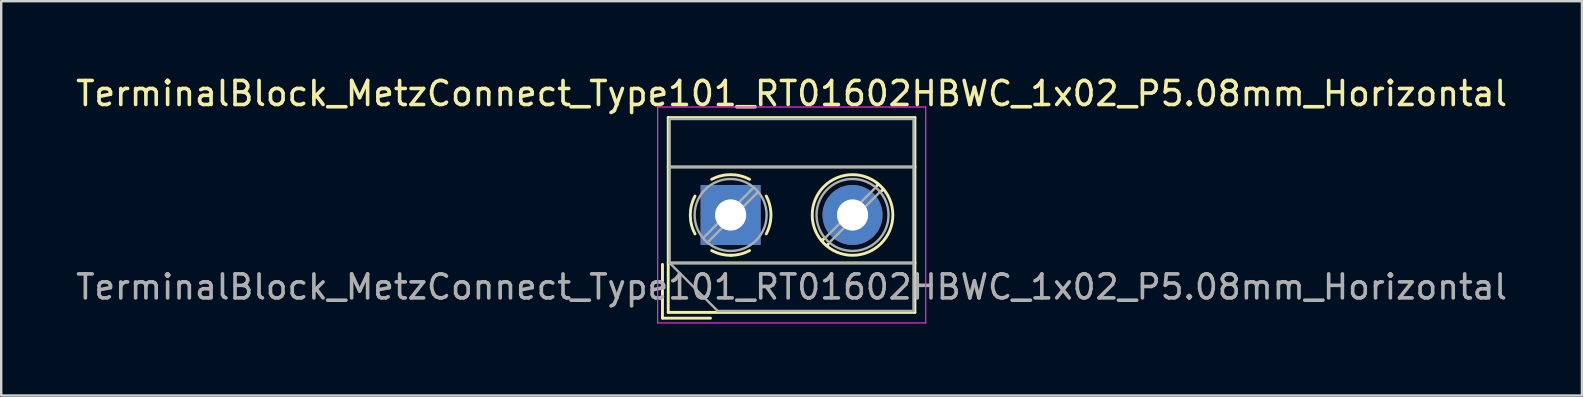
<source format=kicad_pcb>
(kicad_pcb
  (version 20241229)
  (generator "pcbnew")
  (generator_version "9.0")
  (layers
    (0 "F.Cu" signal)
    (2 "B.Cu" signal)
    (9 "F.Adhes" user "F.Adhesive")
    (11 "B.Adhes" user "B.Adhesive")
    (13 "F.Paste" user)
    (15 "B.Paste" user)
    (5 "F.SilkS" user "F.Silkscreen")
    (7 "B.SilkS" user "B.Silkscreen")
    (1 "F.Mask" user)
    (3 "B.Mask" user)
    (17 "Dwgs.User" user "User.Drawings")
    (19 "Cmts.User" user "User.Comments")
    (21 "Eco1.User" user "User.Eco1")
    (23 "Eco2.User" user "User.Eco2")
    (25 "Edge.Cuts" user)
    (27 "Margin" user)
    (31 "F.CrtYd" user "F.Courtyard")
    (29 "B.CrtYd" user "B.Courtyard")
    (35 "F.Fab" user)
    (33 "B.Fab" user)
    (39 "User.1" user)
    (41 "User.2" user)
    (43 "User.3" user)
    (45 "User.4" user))
  (footprint "TerminalBlock_MetzConnect_Type101_RT01602HBWC_1x02_P5.08mm_Horizontal"
    (layer "F.Cu")
    (at 27.395 5.908)
    (property "Reference" "TerminalBlock_MetzConnect_Type101_RT01602HBWC_1x02_P5.08mm_Horizontal" (at 2.54 -5.06 0) (layer "F.SilkS") (effects (font (size 1 1) (thickness 0.15))))
    (attr through_hole)
    (fp_line (start -2.84 2.06) (end -2.84 4.3) (stroke (width 0.12) (type solid)) (layer "F.SilkS"))
    (fp_line (start -2.84 4.3) (end -0.84 4.3) (stroke (width 0.12) (type solid)) (layer "F.SilkS"))
    (fp_line (start -2.6 -4.06) (end -2.6 4.06) (stroke (width 0.12) (type solid)) (layer "F.SilkS"))
    (fp_line (start -2.6 -4.06) (end 7.68 -4.06) (stroke (width 0.12) (type solid)) (layer "F.SilkS"))
    (fp_line (start -2.6 -2) (end 7.68 -2) (stroke (width 0.12) (type solid)) (layer "F.SilkS"))
    (fp_line (start -2.6 2) (end 7.68 2) (stroke (width 0.12) (type solid)) (layer "F.SilkS"))
    (fp_line (start -2.6 4.06) (end 7.68 4.06) (stroke (width 0.12) (type solid)) (layer "F.SilkS"))
    (fp_line (start 3.9 0.976) (end 3.806 1.069) (stroke (width 0.12) (type solid)) (layer "F.SilkS"))
    (fp_line (start 4.07 1.216) (end 4.011 1.274) (stroke (width 0.12) (type solid)) (layer "F.SilkS"))
    (fp_line (start 6.15 -1.275) (end 6.091 -1.216) (stroke (width 0.12) (type solid)) (layer "F.SilkS"))
    (fp_line (start 6.355 -1.069) (end 6.261 -0.976) (stroke (width 0.12) (type solid)) (layer "F.SilkS"))
    (fp_line (start 7.68 -4.06) (end 7.68 4.06) (stroke (width 0.12) (type solid)) (layer "F.SilkS"))
    (fp_arc (start -1.483953 0.789089) (mid -1.680708 0.00005) (end -1.484 -0.789) (stroke (width 0.12) (type solid)) (layer "F.SilkS"))
    (fp_arc (start -0.789089 -1.483953) (mid -0.00005 -1.680708) (end 0.789 -1.484) (stroke (width 0.12) (type solid)) (layer "F.SilkS"))
    (fp_arc (start 0.029383 1.68045) (mid -0.392304 1.634281) (end -0.789 1.484) (stroke (width 0.12) (type solid)) (layer "F.SilkS"))
    (fp_arc (start 0.788712 1.483352) (mid 0.406429 1.630097) (end 0 1.68) (stroke (width 0.12) (type solid)) (layer "F.SilkS"))
    (fp_arc (start 1.483953 -0.789089) (mid 1.680708 -0.00005) (end 1.484 0.789) (stroke (width 0.12) (type solid)) (layer "F.SilkS"))
    (fp_circle (center 5.08 0) (end 6.76 0) (stroke (width 0.12) (type solid)) (fill no) (layer "F.SilkS"))
    (fp_line (start -3.04 -4.5) (end -3.04 4.5) (stroke (width 0.05) (type solid)) (layer "F.CrtYd"))
    (fp_line (start -3.04 4.5) (end 8.13 4.5) (stroke (width 0.05) (type solid)) (layer "F.CrtYd"))
    (fp_line (start 8.13 -4.5) (end -3.04 -4.5) (stroke (width 0.05) (type solid)) (layer "F.CrtYd"))
    (fp_line (start 8.13 4.5) (end 8.13 -4.5) (stroke (width 0.05) (type solid)) (layer "F.CrtYd"))
    (fp_line (start -2.54 -4) (end 7.62 -4) (stroke (width 0.1) (type solid)) (layer "F.Fab"))
    (fp_line (start -2.54 -2) (end 7.62 -2) (stroke (width 0.1) (type solid)) (layer "F.Fab"))
    (fp_line (start -2.54 2) (end -2.54 -4) (stroke (width 0.1) (type solid)) (layer "F.Fab"))
    (fp_line (start -2.54 2) (end 7.62 2) (stroke (width 0.1) (type solid)) (layer "F.Fab"))
    (fp_line (start -0.54 4) (end -2.54 2) (stroke (width 0.1) (type solid)) (layer "F.Fab"))
    (fp_line (start 0.955 -1.138) (end -1.138 0.955) (stroke (width 0.1) (type solid)) (layer "F.Fab"))
    (fp_line (start 1.138 -0.955) (end -0.955 1.138) (stroke (width 0.1) (type solid)) (layer "F.Fab"))
    (fp_line (start 6.035 -1.138) (end 3.943 0.955) (stroke (width 0.1) (type solid)) (layer "F.Fab"))
    (fp_line (start 6.218 -0.955) (end 4.126 1.138) (stroke (width 0.1) (type solid)) (layer "F.Fab"))
    (fp_line (start 7.62 -4) (end 7.62 4) (stroke (width 0.1) (type solid)) (layer "F.Fab"))
    (fp_line (start 7.62 4) (end -0.54 4) (stroke (width 0.1) (type solid)) (layer "F.Fab"))
    (fp_circle (center 0 0) (end 1.5 0) (stroke (width 0.1) (type solid)) (fill no) (layer "F.Fab"))
    (fp_circle (center 5.08 0) (end 6.58 0) (stroke (width 0.1) (type solid)) (fill no) (layer "F.Fab"))
    (fp_text user "${REFERENCE}" (at 2.54 3 0) (layer "F.Fab") (effects (font (size 1 1) (thickness 0.15))))
    (pad "1" thru_hole rect (at 0 0) (size 2.5 2.5) (drill 1.3) (layers "*.Cu" "*.Mask"))
    (pad "2" thru_hole circle (at 5.08 0) (size 2.5 2.5) (drill 1.3) (layers "*.Cu" "*.Mask")))
  (gr_rect
    (start -3 -3)
    (end 62.869 13.433)
    (stroke (width 0.1) (type default))
    (fill no)
    (layer "Edge.Cuts")))
</source>
